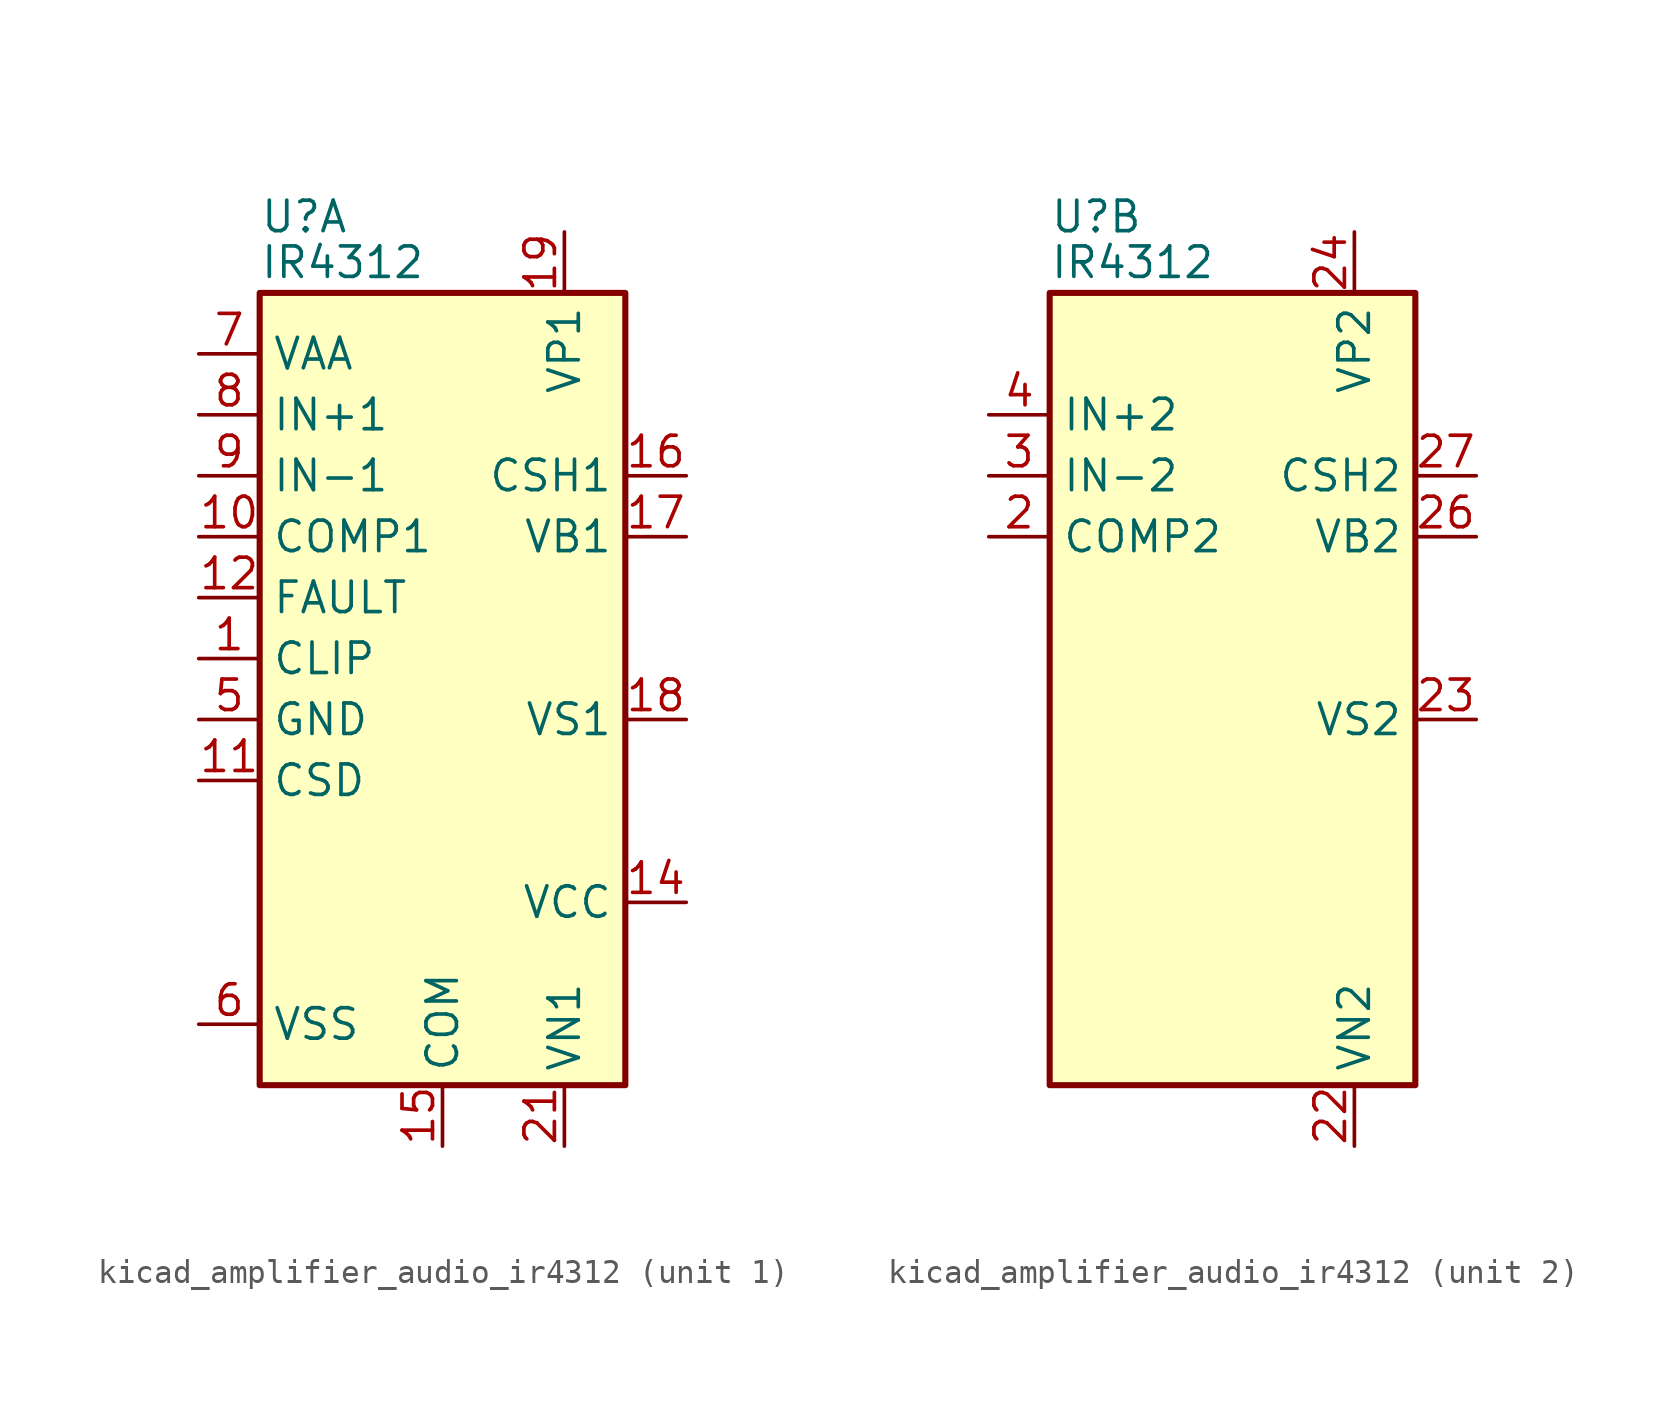
<source format=kicad_sym>
(kicad_symbol_lib
  (version 20220914)
  (generator kicad_symbol_editor)
  (symbol "kicad_amplifier_audio_ir4312"
    (property "Reference" "U"
      (at -7.62 20.955 0)
      (effects (font (size 1.27 1.27)) (justify left)))
    (property "Value" "IR4312"
      (at -7.62 19.05 0)
      (effects (font (size 1.27 1.27)) (justify left)))
    (property "ki_locked" ""
      (at 0 0 0)
      (effects (font (size 1.27 1.27))))
    (symbol "kicad_amplifier_audio_ir4312_0_1"
      (rectangle (start -7.62 -15.24) (end 7.62 17.78) (stroke (width 0.254) (type default)) (fill (type background))))
    (symbol "kicad_amplifier_audio_ir4312_1_1"
      (pin open_collector line (at -10.16 2.54 0) (length 2.54) (name "CLIP" (effects (font (size 1.27 1.27)))) (number "1" (effects (font (size 1.27 1.27)))))
      (pin output line (at -10.16 7.62 0) (length 2.54) (name "COMP1" (effects (font (size 1.27 1.27)))) (number "10" (effects (font (size 1.27 1.27)))))
      (pin passive line (at -10.16 -2.54 0) (length 2.54) (name "CSD" (effects (font (size 1.27 1.27)))) (number "11" (effects (font (size 1.27 1.27)))))
      (pin open_collector line (at -10.16 5.08 0) (length 2.54) (name "FAULT" (effects (font (size 1.27 1.27)))) (number "12" (effects (font (size 1.27 1.27)))))
      (pin no_connect line (at -7.62 -5.08 0) (length 2.54) hide (name "NC" (effects (font (size 1.27 1.27)))) (number "13" (effects (font (size 1.27 1.27)))))
      (pin power_in line (at 10.16 -7.62 180) (length 2.54) (name "VCC" (effects (font (size 1.27 1.27)))) (number "14" (effects (font (size 1.27 1.27)))))
      (pin power_in line (at 0 -17.78 90) (length 2.54) (name "COM" (effects (font (size 1.27 1.27)))) (number "15" (effects (font (size 1.27 1.27)))))
      (pin passive line (at 10.16 10.16 180) (length 2.54) (name "CSH1" (effects (font (size 1.27 1.27)))) (number "16" (effects (font (size 1.27 1.27)))))
      (pin power_in line (at 10.16 7.62 180) (length 2.54) (name "VB1" (effects (font (size 1.27 1.27)))) (number "17" (effects (font (size 1.27 1.27)))))
      (pin output line (at 10.16 0 180) (length 2.54) (name "VS1" (effects (font (size 1.27 1.27)))) (number "18" (effects (font (size 1.27 1.27)))))
      (pin power_in line (at 5.08 20.32 270) (length 2.54) (name "VP1" (effects (font (size 1.27 1.27)))) (number "19" (effects (font (size 1.27 1.27)))))
      (pin passive line (at 10.16 0 180) (length 2.54) hide (name "VS1" (effects (font (size 1.27 1.27)))) (number "20" (effects (font (size 1.27 1.27)))))
      (pin power_in line (at 5.08 -17.78 90) (length 2.54) (name "VN1" (effects (font (size 1.27 1.27)))) (number "21" (effects (font (size 1.27 1.27)))))
      (pin passive line (at 0 -17.78 90) (length 2.54) hide (name "COM" (effects (font (size 1.27 1.27)))) (number "28" (effects (font (size 1.27 1.27)))))
      (pin no_connect line (at -7.62 -7.62 0) (length 2.54) hide (name "NC" (effects (font (size 1.27 1.27)))) (number "29" (effects (font (size 1.27 1.27)))))
      (pin no_connect line (at -7.62 -10.16 0) (length 2.54) hide (name "NC" (effects (font (size 1.27 1.27)))) (number "30" (effects (font (size 1.27 1.27)))))
      (pin passive line (at 0 -17.78 90) (length 2.54) hide (name "COM" (effects (font (size 1.27 1.27)))) (number "31" (effects (font (size 1.27 1.27)))))
      (pin power_in line (at -10.16 0 0) (length 2.54) (name "GND" (effects (font (size 1.27 1.27)))) (number "5" (effects (font (size 1.27 1.27)))))
      (pin power_in line (at -10.16 -12.7 0) (length 2.54) (name "VSS" (effects (font (size 1.27 1.27)))) (number "6" (effects (font (size 1.27 1.27)))))
      (pin power_in line (at -10.16 15.24 0) (length 2.54) (name "VAA" (effects (font (size 1.27 1.27)))) (number "7" (effects (font (size 1.27 1.27)))))
      (pin input line (at -10.16 12.7 0) (length 2.54) (name "IN+1" (effects (font (size 1.27 1.27)))) (number "8" (effects (font (size 1.27 1.27)))))
      (pin input line (at -10.16 10.16 0) (length 2.54) (name "IN-1" (effects (font (size 1.27 1.27)))) (number "9" (effects (font (size 1.27 1.27))))))
    (symbol "kicad_amplifier_audio_ir4312_2_1"
      (pin output line (at -10.16 7.62 0) (length 2.54) (name "COMP2" (effects (font (size 1.27 1.27)))) (number "2" (effects (font (size 1.27 1.27)))))
      (pin power_in line (at 5.08 -17.78 90) (length 2.54) (name "VN2" (effects (font (size 1.27 1.27)))) (number "22" (effects (font (size 1.27 1.27)))))
      (pin output line (at 10.16 0 180) (length 2.54) (name "VS2" (effects (font (size 1.27 1.27)))) (number "23" (effects (font (size 1.27 1.27)))))
      (pin power_in line (at 5.08 20.32 270) (length 2.54) (name "VP2" (effects (font (size 1.27 1.27)))) (number "24" (effects (font (size 1.27 1.27)))))
      (pin passive line (at 10.16 0 180) (length 2.54) hide (name "VS2" (effects (font (size 1.27 1.27)))) (number "25" (effects (font (size 1.27 1.27)))))
      (pin power_in line (at 10.16 7.62 180) (length 2.54) (name "VB2" (effects (font (size 1.27 1.27)))) (number "26" (effects (font (size 1.27 1.27)))))
      (pin passive line (at 10.16 10.16 180) (length 2.54) (name "CSH2" (effects (font (size 1.27 1.27)))) (number "27" (effects (font (size 1.27 1.27)))))
      (pin input line (at -10.16 10.16 0) (length 2.54) (name "IN-2" (effects (font (size 1.27 1.27)))) (number "3" (effects (font (size 1.27 1.27)))))
      (pin input line (at -10.16 12.7 0) (length 2.54) (name "IN+2" (effects (font (size 1.27 1.27)))) (number "4" (effects (font (size 1.27 1.27))))))))
</source>
